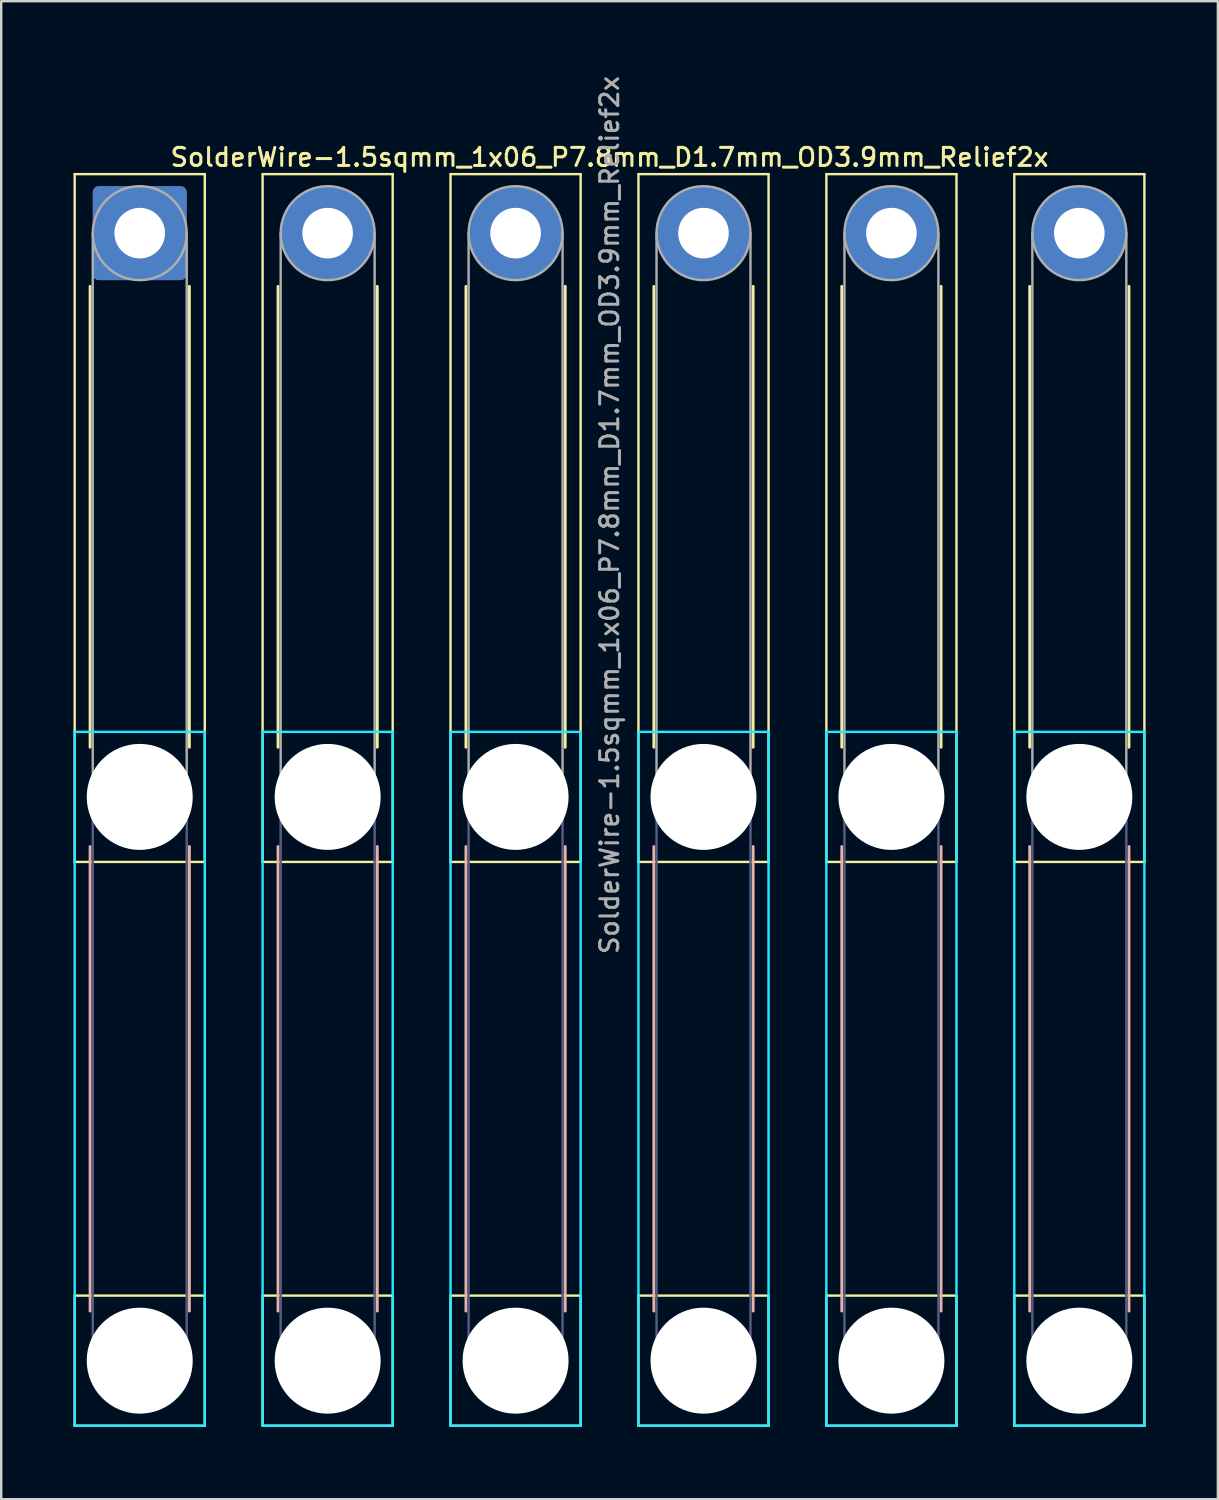
<source format=kicad_pcb>
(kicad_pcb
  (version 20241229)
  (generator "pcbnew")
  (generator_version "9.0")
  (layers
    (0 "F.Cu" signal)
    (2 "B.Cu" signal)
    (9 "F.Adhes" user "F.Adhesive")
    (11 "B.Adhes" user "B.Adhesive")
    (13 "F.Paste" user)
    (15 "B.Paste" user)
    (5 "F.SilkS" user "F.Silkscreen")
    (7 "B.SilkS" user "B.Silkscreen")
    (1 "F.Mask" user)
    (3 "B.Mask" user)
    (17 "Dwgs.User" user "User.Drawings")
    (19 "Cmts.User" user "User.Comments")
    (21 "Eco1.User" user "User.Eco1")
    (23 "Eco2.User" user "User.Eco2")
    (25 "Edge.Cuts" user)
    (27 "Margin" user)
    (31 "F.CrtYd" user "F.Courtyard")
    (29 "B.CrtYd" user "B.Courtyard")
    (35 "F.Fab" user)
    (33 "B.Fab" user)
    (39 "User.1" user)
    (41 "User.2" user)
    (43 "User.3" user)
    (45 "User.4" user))
  (footprint "SolderWire-1.5sqmm_1x06_P7.8mm_D1.7mm_OD3.9mm_Relief2x"
    (layer "F.Cu")
    (at 2.75 6.627)
    (property "Reference" "SolderWire-1.5sqmm_1x06_P7.8mm_D1.7mm_OD3.9mm_Relief2x" (at 19.5 -3.15 0) (layer "F.SilkS") (effects (font (size 0.75 0.75) (thickness 0.125))))
    (attr exclude_from_pos_files exclude_from_bom)
    (fp_line (start -2.7 -2.45) (end -2.7 26.1) (stroke (width 0.1) (type solid)) (layer "F.SilkS"))
    (fp_line (start -2.7 26.1) (end 2.7 26.1) (stroke (width 0.1) (type solid)) (layer "F.SilkS"))
    (fp_line (start -2.7 44.1) (end -2.7 49.5) (stroke (width 0.1) (type solid)) (layer "F.SilkS"))
    (fp_line (start -2.7 49.5) (end 2.7 49.5) (stroke (width 0.1) (type solid)) (layer "F.SilkS"))
    (fp_line (start -2.06 2.21) (end -2.06 21.34) (stroke (width 0.12) (type solid)) (layer "F.SilkS"))
    (fp_line (start 2.06 2.21) (end 2.06 21.34) (stroke (width 0.12) (type solid)) (layer "F.SilkS"))
    (fp_line (start 2.7 -2.45) (end -2.7 -2.45) (stroke (width 0.1) (type solid)) (layer "F.SilkS"))
    (fp_line (start 2.7 26.1) (end 2.7 -2.45) (stroke (width 0.1) (type solid)) (layer "F.SilkS"))
    (fp_line (start 2.7 44.1) (end -2.7 44.1) (stroke (width 0.1) (type solid)) (layer "F.SilkS"))
    (fp_line (start 2.7 49.5) (end 2.7 44.1) (stroke (width 0.1) (type solid)) (layer "F.SilkS"))
    (fp_line (start 5.1 -2.45) (end 5.1 26.1) (stroke (width 0.1) (type solid)) (layer "F.SilkS"))
    (fp_line (start 5.1 26.1) (end 10.5 26.1) (stroke (width 0.1) (type solid)) (layer "F.SilkS"))
    (fp_line (start 5.1 44.1) (end 5.1 49.5) (stroke (width 0.1) (type solid)) (layer "F.SilkS"))
    (fp_line (start 5.1 49.5) (end 10.5 49.5) (stroke (width 0.1) (type solid)) (layer "F.SilkS"))
    (fp_line (start 5.74 2.21) (end 5.74 21.34) (stroke (width 0.12) (type solid)) (layer "F.SilkS"))
    (fp_line (start 9.86 2.21) (end 9.86 21.34) (stroke (width 0.12) (type solid)) (layer "F.SilkS"))
    (fp_line (start 10.5 -2.45) (end 5.1 -2.45) (stroke (width 0.1) (type solid)) (layer "F.SilkS"))
    (fp_line (start 10.5 26.1) (end 10.5 -2.45) (stroke (width 0.1) (type solid)) (layer "F.SilkS"))
    (fp_line (start 10.5 44.1) (end 5.1 44.1) (stroke (width 0.1) (type solid)) (layer "F.SilkS"))
    (fp_line (start 10.5 49.5) (end 10.5 44.1) (stroke (width 0.1) (type solid)) (layer "F.SilkS"))
    (fp_line (start 12.9 -2.45) (end 12.9 26.1) (stroke (width 0.1) (type solid)) (layer "F.SilkS"))
    (fp_line (start 12.9 26.1) (end 18.3 26.1) (stroke (width 0.1) (type solid)) (layer "F.SilkS"))
    (fp_line (start 12.9 44.1) (end 12.9 49.5) (stroke (width 0.1) (type solid)) (layer "F.SilkS"))
    (fp_line (start 12.9 49.5) (end 18.3 49.5) (stroke (width 0.1) (type solid)) (layer "F.SilkS"))
    (fp_line (start 13.54 2.21) (end 13.54 21.34) (stroke (width 0.12) (type solid)) (layer "F.SilkS"))
    (fp_line (start 17.66 2.21) (end 17.66 21.34) (stroke (width 0.12) (type solid)) (layer "F.SilkS"))
    (fp_line (start 18.3 -2.45) (end 12.9 -2.45) (stroke (width 0.1) (type solid)) (layer "F.SilkS"))
    (fp_line (start 18.3 26.1) (end 18.3 -2.45) (stroke (width 0.1) (type solid)) (layer "F.SilkS"))
    (fp_line (start 18.3 44.1) (end 12.9 44.1) (stroke (width 0.1) (type solid)) (layer "F.SilkS"))
    (fp_line (start 18.3 49.5) (end 18.3 44.1) (stroke (width 0.1) (type solid)) (layer "F.SilkS"))
    (fp_line (start 20.7 -2.45) (end 20.7 26.1) (stroke (width 0.1) (type solid)) (layer "F.SilkS"))
    (fp_line (start 20.7 26.1) (end 26.1 26.1) (stroke (width 0.1) (type solid)) (layer "F.SilkS"))
    (fp_line (start 20.7 44.1) (end 20.7 49.5) (stroke (width 0.1) (type solid)) (layer "F.SilkS"))
    (fp_line (start 20.7 49.5) (end 26.1 49.5) (stroke (width 0.1) (type solid)) (layer "F.SilkS"))
    (fp_line (start 21.34 2.21) (end 21.34 21.34) (stroke (width 0.12) (type solid)) (layer "F.SilkS"))
    (fp_line (start 25.46 2.21) (end 25.46 21.34) (stroke (width 0.12) (type solid)) (layer "F.SilkS"))
    (fp_line (start 26.1 -2.45) (end 20.7 -2.45) (stroke (width 0.1) (type solid)) (layer "F.SilkS"))
    (fp_line (start 26.1 26.1) (end 26.1 -2.45) (stroke (width 0.1) (type solid)) (layer "F.SilkS"))
    (fp_line (start 26.1 44.1) (end 20.7 44.1) (stroke (width 0.1) (type solid)) (layer "F.SilkS"))
    (fp_line (start 26.1 49.5) (end 26.1 44.1) (stroke (width 0.1) (type solid)) (layer "F.SilkS"))
    (fp_line (start 28.5 -2.45) (end 28.5 26.1) (stroke (width 0.1) (type solid)) (layer "F.SilkS"))
    (fp_line (start 28.5 26.1) (end 33.9 26.1) (stroke (width 0.1) (type solid)) (layer "F.SilkS"))
    (fp_line (start 28.5 44.1) (end 28.5 49.5) (stroke (width 0.1) (type solid)) (layer "F.SilkS"))
    (fp_line (start 28.5 49.5) (end 33.9 49.5) (stroke (width 0.1) (type solid)) (layer "F.SilkS"))
    (fp_line (start 29.14 2.21) (end 29.14 21.34) (stroke (width 0.12) (type solid)) (layer "F.SilkS"))
    (fp_line (start 33.26 2.21) (end 33.26 21.34) (stroke (width 0.12) (type solid)) (layer "F.SilkS"))
    (fp_line (start 33.9 -2.45) (end 28.5 -2.45) (stroke (width 0.1) (type solid)) (layer "F.SilkS"))
    (fp_line (start 33.9 26.1) (end 33.9 -2.45) (stroke (width 0.1) (type solid)) (layer "F.SilkS"))
    (fp_line (start 33.9 44.1) (end 28.5 44.1) (stroke (width 0.1) (type solid)) (layer "F.SilkS"))
    (fp_line (start 33.9 49.5) (end 33.9 44.1) (stroke (width 0.1) (type solid)) (layer "F.SilkS"))
    (fp_line (start 36.3 -2.45) (end 36.3 26.1) (stroke (width 0.1) (type solid)) (layer "F.SilkS"))
    (fp_line (start 36.3 26.1) (end 41.7 26.1) (stroke (width 0.1) (type solid)) (layer "F.SilkS"))
    (fp_line (start 36.3 44.1) (end 36.3 49.5) (stroke (width 0.1) (type solid)) (layer "F.SilkS"))
    (fp_line (start 36.3 49.5) (end 41.7 49.5) (stroke (width 0.1) (type solid)) (layer "F.SilkS"))
    (fp_line (start 36.94 2.21) (end 36.94 21.34) (stroke (width 0.12) (type solid)) (layer "F.SilkS"))
    (fp_line (start 41.06 2.21) (end 41.06 21.34) (stroke (width 0.12) (type solid)) (layer "F.SilkS"))
    (fp_line (start 41.7 -2.45) (end 36.3 -2.45) (stroke (width 0.1) (type solid)) (layer "F.SilkS"))
    (fp_line (start 41.7 26.1) (end 41.7 -2.45) (stroke (width 0.1) (type solid)) (layer "F.SilkS"))
    (fp_line (start 41.7 44.1) (end 36.3 44.1) (stroke (width 0.1) (type solid)) (layer "F.SilkS"))
    (fp_line (start 41.7 49.5) (end 41.7 44.1) (stroke (width 0.1) (type solid)) (layer "F.SilkS"))
    (fp_line (start -2.06 25.46) (end -2.06 44.74) (stroke (width 0.12) (type solid)) (layer "B.SilkS"))
    (fp_line (start 2.06 25.46) (end 2.06 44.74) (stroke (width 0.12) (type solid)) (layer "B.SilkS"))
    (fp_line (start 5.74 25.46) (end 5.74 44.74) (stroke (width 0.12) (type solid)) (layer "B.SilkS"))
    (fp_line (start 9.86 25.46) (end 9.86 44.74) (stroke (width 0.12) (type solid)) (layer "B.SilkS"))
    (fp_line (start 13.54 25.46) (end 13.54 44.74) (stroke (width 0.12) (type solid)) (layer "B.SilkS"))
    (fp_line (start 17.66 25.46) (end 17.66 44.74) (stroke (width 0.12) (type solid)) (layer "B.SilkS"))
    (fp_line (start 21.34 25.46) (end 21.34 44.74) (stroke (width 0.12) (type solid)) (layer "B.SilkS"))
    (fp_line (start 25.46 25.46) (end 25.46 44.74) (stroke (width 0.12) (type solid)) (layer "B.SilkS"))
    (fp_line (start 29.14 25.46) (end 29.14 44.74) (stroke (width 0.12) (type solid)) (layer "B.SilkS"))
    (fp_line (start 33.26 25.46) (end 33.26 44.74) (stroke (width 0.12) (type solid)) (layer "B.SilkS"))
    (fp_line (start 36.94 25.46) (end 36.94 44.74) (stroke (width 0.12) (type solid)) (layer "B.SilkS"))
    (fp_line (start 41.06 25.46) (end 41.06 44.74) (stroke (width 0.12) (type solid)) (layer "B.SilkS"))
    (fp_line (start -2.7 20.7) (end -2.7 49.5) (stroke (width 0.1) (type solid)) (layer "B.CrtYd"))
    (fp_line (start -2.7 49.5) (end 2.7 49.5) (stroke (width 0.1) (type solid)) (layer "B.CrtYd"))
    (fp_line (start 2.7 20.7) (end -2.7 20.7) (stroke (width 0.1) (type solid)) (layer "B.CrtYd"))
    (fp_line (start 2.7 49.5) (end 2.7 20.7) (stroke (width 0.1) (type solid)) (layer "B.CrtYd"))
    (fp_line (start 5.1 20.7) (end 5.1 49.5) (stroke (width 0.1) (type solid)) (layer "B.CrtYd"))
    (fp_line (start 5.1 49.5) (end 10.5 49.5) (stroke (width 0.1) (type solid)) (layer "B.CrtYd"))
    (fp_line (start 10.5 20.7) (end 5.1 20.7) (stroke (width 0.1) (type solid)) (layer "B.CrtYd"))
    (fp_line (start 10.5 49.5) (end 10.5 20.7) (stroke (width 0.1) (type solid)) (layer "B.CrtYd"))
    (fp_line (start 12.9 20.7) (end 12.9 49.5) (stroke (width 0.1) (type solid)) (layer "B.CrtYd"))
    (fp_line (start 12.9 49.5) (end 18.3 49.5) (stroke (width 0.1) (type solid)) (layer "B.CrtYd"))
    (fp_line (start 18.3 20.7) (end 12.9 20.7) (stroke (width 0.1) (type solid)) (layer "B.CrtYd"))
    (fp_line (start 18.3 49.5) (end 18.3 20.7) (stroke (width 0.1) (type solid)) (layer "B.CrtYd"))
    (fp_line (start 20.7 20.7) (end 20.7 49.5) (stroke (width 0.1) (type solid)) (layer "B.CrtYd"))
    (fp_line (start 20.7 49.5) (end 26.1 49.5) (stroke (width 0.1) (type solid)) (layer "B.CrtYd"))
    (fp_line (start 26.1 20.7) (end 20.7 20.7) (stroke (width 0.1) (type solid)) (layer "B.CrtYd"))
    (fp_line (start 26.1 49.5) (end 26.1 20.7) (stroke (width 0.1) (type solid)) (layer "B.CrtYd"))
    (fp_line (start 28.5 20.7) (end 28.5 49.5) (stroke (width 0.1) (type solid)) (layer "B.CrtYd"))
    (fp_line (start 28.5 49.5) (end 33.9 49.5) (stroke (width 0.1) (type solid)) (layer "B.CrtYd"))
    (fp_line (start 33.9 20.7) (end 28.5 20.7) (stroke (width 0.1) (type solid)) (layer "B.CrtYd"))
    (fp_line (start 33.9 49.5) (end 33.9 20.7) (stroke (width 0.1) (type solid)) (layer "B.CrtYd"))
    (fp_line (start 36.3 20.7) (end 36.3 49.5) (stroke (width 0.1) (type solid)) (layer "B.CrtYd"))
    (fp_line (start 36.3 49.5) (end 41.7 49.5) (stroke (width 0.1) (type solid)) (layer "B.CrtYd"))
    (fp_line (start 41.7 20.7) (end 36.3 20.7) (stroke (width 0.1) (type solid)) (layer "B.CrtYd"))
    (fp_line (start 41.7 49.5) (end 41.7 20.7) (stroke (width 0.1) (type solid)) (layer "B.CrtYd"))
    (fp_line (start -1.95 23.4) (end -1.95 46.8) (stroke (width 0.1) (type solid)) (layer "B.Fab"))
    (fp_line (start 1.95 23.4) (end 1.95 46.8) (stroke (width 0.1) (type solid)) (layer "B.Fab"))
    (fp_line (start 5.85 23.4) (end 5.85 46.8) (stroke (width 0.1) (type solid)) (layer "B.Fab"))
    (fp_line (start 9.75 23.4) (end 9.75 46.8) (stroke (width 0.1) (type solid)) (layer "B.Fab"))
    (fp_line (start 13.65 23.4) (end 13.65 46.8) (stroke (width 0.1) (type solid)) (layer "B.Fab"))
    (fp_line (start 17.55 23.4) (end 17.55 46.8) (stroke (width 0.1) (type solid)) (layer "B.Fab"))
    (fp_line (start 21.45 23.4) (end 21.45 46.8) (stroke (width 0.1) (type solid)) (layer "B.Fab"))
    (fp_line (start 25.35 23.4) (end 25.35 46.8) (stroke (width 0.1) (type solid)) (layer "B.Fab"))
    (fp_line (start 29.25 23.4) (end 29.25 46.8) (stroke (width 0.1) (type solid)) (layer "B.Fab"))
    (fp_line (start 33.15 23.4) (end 33.15 46.8) (stroke (width 0.1) (type solid)) (layer "B.Fab"))
    (fp_line (start 37.05 23.4) (end 37.05 46.8) (stroke (width 0.1) (type solid)) (layer "B.Fab"))
    (fp_line (start 40.95 23.4) (end 40.95 46.8) (stroke (width 0.1) (type solid)) (layer "B.Fab"))
    (fp_circle (center 0 23.4) (end 1.95 23.4) (stroke (width 0.1) (type solid)) (fill no) (layer "B.Fab"))
    (fp_circle (center 0 46.8) (end 1.95 46.8) (stroke (width 0.1) (type solid)) (fill no) (layer "B.Fab"))
    (fp_circle (center 7.8 23.4) (end 9.75 23.4) (stroke (width 0.1) (type solid)) (fill no) (layer "B.Fab"))
    (fp_circle (center 7.8 46.8) (end 9.75 46.8) (stroke (width 0.1) (type solid)) (fill no) (layer "B.Fab"))
    (fp_circle (center 15.6 23.4) (end 17.55 23.4) (stroke (width 0.1) (type solid)) (fill no) (layer "B.Fab"))
    (fp_circle (center 15.6 46.8) (end 17.55 46.8) (stroke (width 0.1) (type solid)) (fill no) (layer "B.Fab"))
    (fp_circle (center 23.4 23.4) (end 25.35 23.4) (stroke (width 0.1) (type solid)) (fill no) (layer "B.Fab"))
    (fp_circle (center 23.4 46.8) (end 25.35 46.8) (stroke (width 0.1) (type solid)) (fill no) (layer "B.Fab"))
    (fp_circle (center 31.2 23.4) (end 33.15 23.4) (stroke (width 0.1) (type solid)) (fill no) (layer "B.Fab"))
    (fp_circle (center 31.2 46.8) (end 33.15 46.8) (stroke (width 0.1) (type solid)) (fill no) (layer "B.Fab"))
    (fp_circle (center 39 23.4) (end 40.95 23.4) (stroke (width 0.1) (type solid)) (fill no) (layer "B.Fab"))
    (fp_circle (center 39 46.8) (end 40.95 46.8) (stroke (width 0.1) (type solid)) (fill no) (layer "B.Fab"))
    (fp_line (start -1.95 0) (end -1.95 23.4) (stroke (width 0.1) (type solid)) (layer "F.Fab"))
    (fp_line (start 1.95 0) (end 1.95 23.4) (stroke (width 0.1) (type solid)) (layer "F.Fab"))
    (fp_line (start 5.85 0) (end 5.85 23.4) (stroke (width 0.1) (type solid)) (layer "F.Fab"))
    (fp_line (start 9.75 0) (end 9.75 23.4) (stroke (width 0.1) (type solid)) (layer "F.Fab"))
    (fp_line (start 13.65 0) (end 13.65 23.4) (stroke (width 0.1) (type solid)) (layer "F.Fab"))
    (fp_line (start 17.55 0) (end 17.55 23.4) (stroke (width 0.1) (type solid)) (layer "F.Fab"))
    (fp_line (start 21.45 0) (end 21.45 23.4) (stroke (width 0.1) (type solid)) (layer "F.Fab"))
    (fp_line (start 25.35 0) (end 25.35 23.4) (stroke (width 0.1) (type solid)) (layer "F.Fab"))
    (fp_line (start 29.25 0) (end 29.25 23.4) (stroke (width 0.1) (type solid)) (layer "F.Fab"))
    (fp_line (start 33.15 0) (end 33.15 23.4) (stroke (width 0.1) (type solid)) (layer "F.Fab"))
    (fp_line (start 37.05 0) (end 37.05 23.4) (stroke (width 0.1) (type solid)) (layer "F.Fab"))
    (fp_line (start 40.95 0) (end 40.95 23.4) (stroke (width 0.1) (type solid)) (layer "F.Fab"))
    (fp_circle (center 0 0) (end 1.95 0) (stroke (width 0.1) (type solid)) (fill no) (layer "F.Fab"))
    (fp_circle (center 0 23.4) (end 1.95 23.4) (stroke (width 0.1) (type solid)) (fill no) (layer "F.Fab"))
    (fp_circle (center 0 46.8) (end 1.95 46.8) (stroke (width 0.1) (type solid)) (fill no) (layer "F.Fab"))
    (fp_circle (center 7.8 0) (end 9.75 0) (stroke (width 0.1) (type solid)) (fill no) (layer "F.Fab"))
    (fp_circle (center 7.8 23.4) (end 9.75 23.4) (stroke (width 0.1) (type solid)) (fill no) (layer "F.Fab"))
    (fp_circle (center 7.8 46.8) (end 9.75 46.8) (stroke (width 0.1) (type solid)) (fill no) (layer "F.Fab"))
    (fp_circle (center 15.6 0) (end 17.55 0) (stroke (width 0.1) (type solid)) (fill no) (layer "F.Fab"))
    (fp_circle (center 15.6 23.4) (end 17.55 23.4) (stroke (width 0.1) (type solid)) (fill no) (layer "F.Fab"))
    (fp_circle (center 15.6 46.8) (end 17.55 46.8) (stroke (width 0.1) (type solid)) (fill no) (layer "F.Fab"))
    (fp_circle (center 23.4 0) (end 25.35 0) (stroke (width 0.1) (type solid)) (fill no) (layer "F.Fab"))
    (fp_circle (center 23.4 23.4) (end 25.35 23.4) (stroke (width 0.1) (type solid)) (fill no) (layer "F.Fab"))
    (fp_circle (center 23.4 46.8) (end 25.35 46.8) (stroke (width 0.1) (type solid)) (fill no) (layer "F.Fab"))
    (fp_circle (center 31.2 0) (end 33.15 0) (stroke (width 0.1) (type solid)) (fill no) (layer "F.Fab"))
    (fp_circle (center 31.2 23.4) (end 33.15 23.4) (stroke (width 0.1) (type solid)) (fill no) (layer "F.Fab"))
    (fp_circle (center 31.2 46.8) (end 33.15 46.8) (stroke (width 0.1) (type solid)) (fill no) (layer "F.Fab"))
    (fp_circle (center 39 0) (end 40.95 0) (stroke (width 0.1) (type solid)) (fill no) (layer "F.Fab"))
    (fp_circle (center 39 23.4) (end 40.95 23.4) (stroke (width 0.1) (type solid)) (fill no) (layer "F.Fab"))
    (fp_circle (center 39 46.8) (end 40.95 46.8) (stroke (width 0.1) (type solid)) (fill no) (layer "F.Fab"))
    (fp_text user "${REFERENCE}" (at 19.5 11.7 90) (layer "F.Fab") (effects (font (size 0.75 0.75) (thickness 0.125))))
    (pad "" np_thru_hole circle (at 0 23.4) (size 4.4 4.4) (drill 4.4) (layers "*.Cu" "*.Mask"))
    (pad "" np_thru_hole circle (at 0 46.8) (size 4.4 4.4) (drill 4.4) (layers "*.Cu" "*.Mask"))
    (pad "" np_thru_hole circle (at 7.8 23.4) (size 4.4 4.4) (drill 4.4) (layers "*.Cu" "*.Mask"))
    (pad "" np_thru_hole circle (at 7.8 46.8) (size 4.4 4.4) (drill 4.4) (layers "*.Cu" "*.Mask"))
    (pad "" np_thru_hole circle (at 15.6 23.4) (size 4.4 4.4) (drill 4.4) (layers "*.Cu" "*.Mask"))
    (pad "" np_thru_hole circle (at 15.6 46.8) (size 4.4 4.4) (drill 4.4) (layers "*.Cu" "*.Mask"))
    (pad "" np_thru_hole circle (at 23.4 23.4) (size 4.4 4.4) (drill 4.4) (layers "*.Cu" "*.Mask"))
    (pad "" np_thru_hole circle (at 23.4 46.8) (size 4.4 4.4) (drill 4.4) (layers "*.Cu" "*.Mask"))
    (pad "" np_thru_hole circle (at 31.2 23.4) (size 4.4 4.4) (drill 4.4) (layers "*.Cu" "*.Mask"))
    (pad "" np_thru_hole circle (at 31.2 46.8) (size 4.4 4.4) (drill 4.4) (layers "*.Cu" "*.Mask"))
    (pad "" np_thru_hole circle (at 39 23.4) (size 4.4 4.4) (drill 4.4) (layers "*.Cu" "*.Mask"))
    (pad "" np_thru_hole circle (at 39 46.8) (size 4.4 4.4) (drill 4.4) (layers "*.Cu" "*.Mask"))
    (pad "1" thru_hole roundrect (at 0 0) (size 3.9 3.9) (drill 2.1) (layers "*.Cu" "*.Mask") (roundrect_rratio 0.064))
    (pad "2" thru_hole circle (at 7.8 0) (size 3.9 3.9) (drill 2.1) (layers "*.Cu" "*.Mask"))
    (pad "3" thru_hole circle (at 15.6 0) (size 3.9 3.9) (drill 2.1) (layers "*.Cu" "*.Mask"))
    (pad "4" thru_hole circle (at 23.4 0) (size 3.9 3.9) (drill 2.1) (layers "*.Cu" "*.Mask"))
    (pad "5" thru_hole circle (at 31.2 0) (size 3.9 3.9) (drill 2.1) (layers "*.Cu" "*.Mask"))
    (pad "6" thru_hole circle (at 39 0) (size 3.9 3.9) (drill 2.1) (layers "*.Cu" "*.Mask")))
  (gr_rect
    (start -3 -3)
    (end 47.5 59.177)
    (stroke (width 0.1) (type default))
    (fill no)
    (layer "Edge.Cuts")))
</source>
